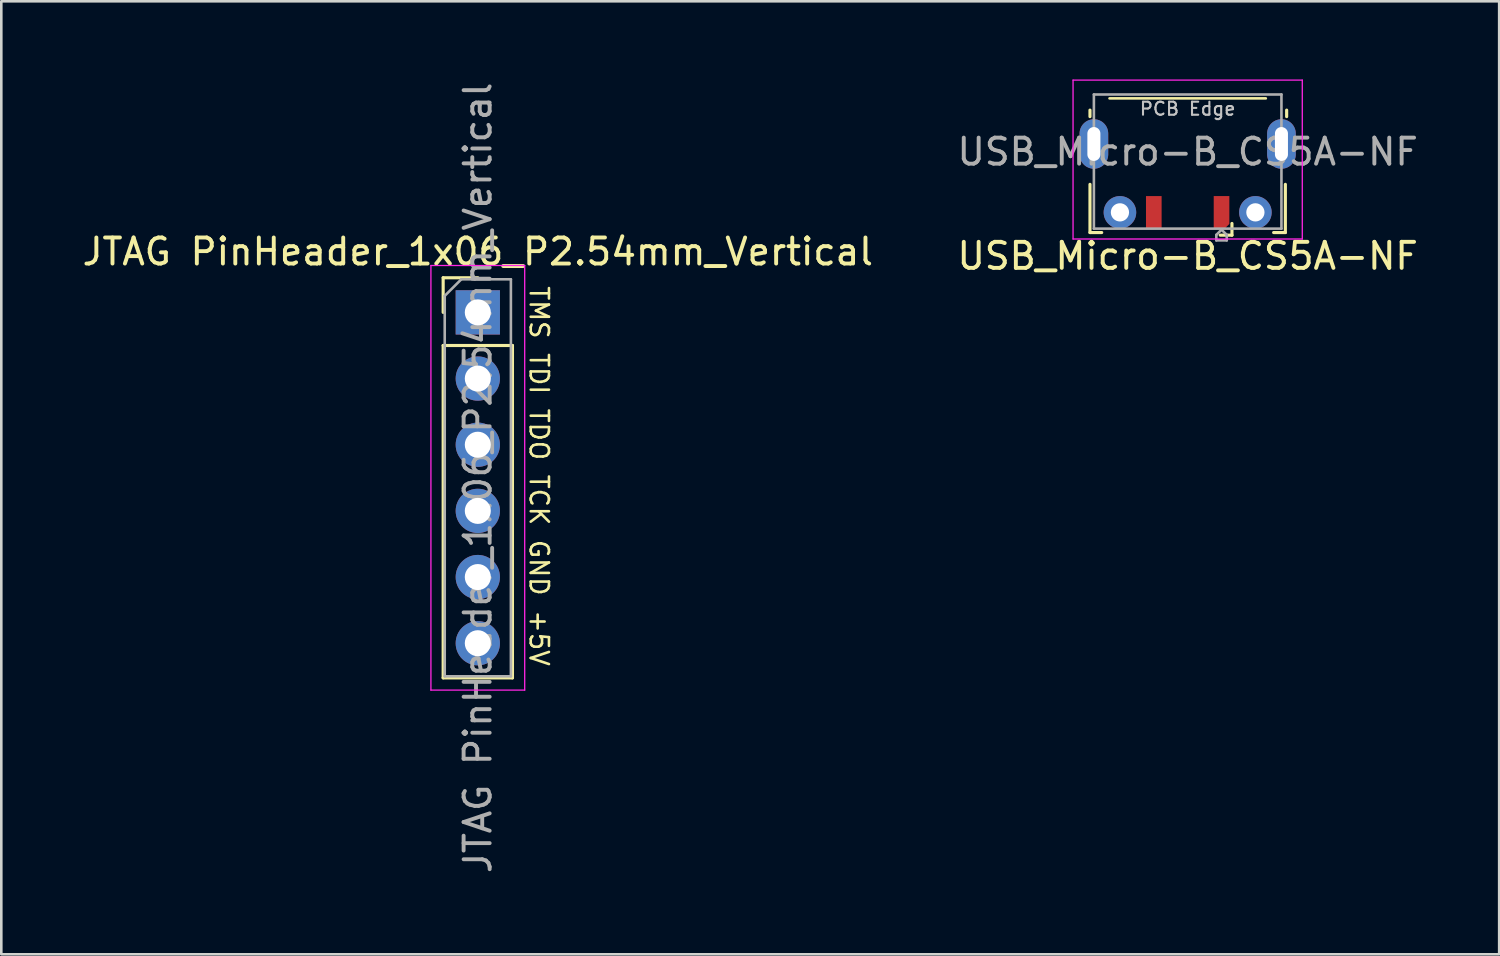
<source format=kicad_pcb>
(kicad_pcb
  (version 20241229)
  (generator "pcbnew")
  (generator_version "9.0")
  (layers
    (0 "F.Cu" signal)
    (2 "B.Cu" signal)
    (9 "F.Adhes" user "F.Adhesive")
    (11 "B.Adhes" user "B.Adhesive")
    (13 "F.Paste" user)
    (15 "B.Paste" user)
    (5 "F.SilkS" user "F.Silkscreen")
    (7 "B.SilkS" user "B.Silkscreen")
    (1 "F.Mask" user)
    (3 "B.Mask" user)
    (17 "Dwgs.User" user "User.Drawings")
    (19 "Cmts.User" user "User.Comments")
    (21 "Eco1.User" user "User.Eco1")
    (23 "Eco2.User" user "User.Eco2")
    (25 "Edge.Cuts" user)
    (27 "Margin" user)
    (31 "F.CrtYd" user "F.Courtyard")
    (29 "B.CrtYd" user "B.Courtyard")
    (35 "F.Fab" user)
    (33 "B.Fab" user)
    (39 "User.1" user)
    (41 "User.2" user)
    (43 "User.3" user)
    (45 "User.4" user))
  (footprint "JTAG PinHeader_1x06_P2.54mm_Vertical"
    (layer "F.Cu")
    (at 15.292 8.942)
    (property "Reference" "JTAG PinHeader_1x06_P2.54mm_Vertical" (at 0 -2.33 180) (layer "F.SilkS") (effects (font (size 1 1) (thickness 0.15))))
    (attr through_hole)
    (fp_line (start -1.33 -1.33) (end 0 -1.33) (stroke (width 0.12) (type solid)) (layer "F.SilkS"))
    (fp_line (start -1.33 0) (end -1.33 -1.33) (stroke (width 0.12) (type solid)) (layer "F.SilkS"))
    (fp_line (start -1.33 1.27) (end -1.33 14.03) (stroke (width 0.12) (type solid)) (layer "F.SilkS"))
    (fp_line (start -1.33 1.27) (end 1.33 1.27) (stroke (width 0.12) (type solid)) (layer "F.SilkS"))
    (fp_line (start -1.33 14.03) (end 1.33 14.03) (stroke (width 0.12) (type solid)) (layer "F.SilkS"))
    (fp_line (start 1.33 1.27) (end 1.33 14.03) (stroke (width 0.12) (type solid)) (layer "F.SilkS"))
    (fp_line (start -1.8 -1.8) (end -1.8 14.5) (stroke (width 0.05) (type solid)) (layer "F.CrtYd"))
    (fp_line (start -1.8 14.5) (end 1.8 14.5) (stroke (width 0.05) (type solid)) (layer "F.CrtYd"))
    (fp_line (start 1.8 -1.8) (end -1.8 -1.8) (stroke (width 0.05) (type solid)) (layer "F.CrtYd"))
    (fp_line (start 1.8 14.5) (end 1.8 -1.8) (stroke (width 0.05) (type solid)) (layer "F.CrtYd"))
    (fp_line (start -1.27 -0.635) (end -0.635 -1.27) (stroke (width 0.1) (type solid)) (layer "F.Fab"))
    (fp_line (start -1.27 13.97) (end -1.27 -0.635) (stroke (width 0.1) (type solid)) (layer "F.Fab"))
    (fp_line (start -0.635 -1.27) (end 1.27 -1.27) (stroke (width 0.1) (type solid)) (layer "F.Fab"))
    (fp_line (start 1.27 -1.27) (end 1.27 13.97) (stroke (width 0.1) (type solid)) (layer "F.Fab"))
    (fp_line (start 1.27 13.97) (end -1.27 13.97) (stroke (width 0.1) (type solid)) (layer "F.Fab"))
    (fp_text user "GND" (at 2.35 9.8 270) (unlocked yes) (layer "F.SilkS") (effects (font (size 0.7 0.7) (thickness 0.1))))
    (fp_text user "TDO" (at 2.35 4.683 270) (unlocked yes) (layer "F.SilkS") (effects (font (size 0.7 0.7) (thickness 0.1))))
    (fp_text user "TMS" (at 2.35 0 270) (unlocked yes) (layer "F.SilkS") (effects (font (size 0.7 0.7) (thickness 0.1))))
    (fp_text user "+5V" (at 2.35 12.5 270) (unlocked yes) (layer "F.SilkS") (effects (font (size 0.7 0.7) (thickness 0.1))))
    (fp_text user "TDI" (at 2.35 2.35 270) (unlocked yes) (layer "F.SilkS") (effects (font (size 0.7 0.7) (thickness 0.1))))
    (fp_text user "TCK" (at 2.35 7.2 270) (unlocked yes) (layer "F.SilkS") (effects (font (size 0.7 0.7) (thickness 0.1))))
    (fp_text user "${REFERENCE}" (at 0 6.35 270) (layer "F.Fab") (effects (font (size 1 1) (thickness 0.15))))
    (pad "1" thru_hole rect (at 0 0) (size 1.7 1.7) (drill 1) (layers "*.Cu" "*.Mask"))
    (pad "2" thru_hole oval (at 0 2.54) (size 1.7 1.7) (drill 1) (layers "*.Cu" "*.Mask"))
    (pad "3" thru_hole oval (at 0 5.08) (size 1.7 1.7) (drill 1) (layers "*.Cu" "*.Mask"))
    (pad "4" thru_hole oval (at 0 7.62) (size 1.7 1.7) (drill 1) (layers "*.Cu" "*.Mask"))
    (pad "5" thru_hole oval (at 0 10.16) (size 1.7 1.7) (drill 1) (layers "*.Cu" "*.Mask"))
    (pad "6" thru_hole oval (at 0 12.7) (size 1.7 1.7) (drill 1) (layers "*.Cu" "*.Mask")))
  (footprint "USB_Micro-B_CS5A-NF"
    (layer "F.Cu")
    (at 42.542 2.727)
    (property "Reference" "USB_Micro-B_CS5A-NF" (at 0 4.051 180) (layer "F.SilkS") (effects (font (size 1 1) (thickness 0.15))))
    (attr smd)
    (fp_line (start -3.75 -1.55) (end -3.75 -1.3) (stroke (width 0.12) (type solid)) (layer "F.SilkS"))
    (fp_line (start -3.75 1.3) (end -3.75 3.15) (stroke (width 0.12) (type solid)) (layer "F.SilkS"))
    (fp_line (start -3.75 3.15) (end -3.3 3.15) (stroke (width 0.12) (type solid)) (layer "F.SilkS"))
    (fp_line (start 1.7 3.251) (end 1.25 3.251) (stroke (width 0.12) (type solid)) (layer "F.SilkS"))
    (fp_line (start 1.7 3.251) (end 1.7 2.801) (stroke (width 0.12) (type solid)) (layer "F.SilkS"))
    (fp_line (start 3 -2) (end -3 -2) (stroke (width 0.1) (type solid)) (layer "F.SilkS"))
    (fp_line (start 3.75 1.3) (end 3.75 3.15) (stroke (width 0.12) (type solid)) (layer "F.SilkS"))
    (fp_line (start 3.75 3.15) (end 3.3 3.15) (stroke (width 0.12) (type solid)) (layer "F.SilkS"))
    (fp_line (start 3.8 -1.55) (end 3.8 -1.3) (stroke (width 0.12) (type solid)) (layer "F.SilkS"))
    (fp_line (start -4.4 3.398) (end -4.4 -2.702) (stroke (width 0.05) (type solid)) (layer "F.CrtYd"))
    (fp_line (start 4.4 -2.702) (end -4.4 -2.702) (stroke (width 0.05) (type solid)) (layer "F.CrtYd"))
    (fp_line (start 4.4 -2.702) (end 4.4 3.398) (stroke (width 0.05) (type solid)) (layer "F.CrtYd"))
    (fp_line (start 4.4 3.398) (end -4.4 3.398) (stroke (width 0.05) (type solid)) (layer "F.CrtYd"))
    (fp_line (start -3.6 -2.15) (end 3.6 -2.15) (stroke (width 0.1) (type solid)) (layer "F.Fab"))
    (fp_line (start -3.6 3) (end -3.6 -2.15) (stroke (width 0.1) (type solid)) (layer "F.Fab"))
    (fp_line (start -3.6 3) (end 3.6 3) (stroke (width 0.1) (type solid)) (layer "F.Fab"))
    (fp_line (start 1.1 3.24) (end 1.3 3.04) (stroke (width 0.1) (type solid)) (layer "F.Fab"))
    (fp_line (start 1.1 3.45) (end 1.1 3.24) (stroke (width 0.1) (type solid)) (layer "F.Fab"))
    (fp_line (start 1.3 3.04) (end 1.5 3.24) (stroke (width 0.1) (type solid)) (layer "F.Fab"))
    (fp_line (start 1.5 3.45) (end 1.1 3.45) (stroke (width 0.1) (type solid)) (layer "F.Fab"))
    (fp_line (start 1.5 3.45) (end 1.5 3.24) (stroke (width 0.1) (type solid)) (layer "F.Fab"))
    (fp_line (start 3.6 3) (end 3.6 -2.15) (stroke (width 0.1) (type solid)) (layer "F.Fab"))
    (fp_text user "PCB Edge" (at 0 -1.6 180) (layer "Dwgs.User") (effects (font (size 0.5 0.5) (thickness 0.08))))
    (fp_text user "${REFERENCE}" (at 0 0.051 180) (layer "F.Fab") (effects (font (size 1 1) (thickness 0.15))))
    (pad "1" smd roundrect (at 1.3 2.375 180) (size 0.6 1.25) (layers "F.Cu" "F.Mask" "F.Paste") (roundrect_rratio 0) (chamfer_ratio 0.3) (chamfer top_left))
    (pad "5" smd rect (at -1.3 2.375 180) (size 0.6 1.25) (layers "F.Cu" "F.Mask" "F.Paste"))
    (pad "6" thru_hole oval (at -3.6 -0.25 180) (size 1.1 1.9) (drill oval 0.5 1.3) (layers "*.Cu" "*.Mask"))
    (pad "6" thru_hole circle (at -2.6 2.375 180) (size 1.25 1.25) (drill 0.7) (layers "*.Cu" "*.Mask"))
    (pad "6" thru_hole circle (at 2.6 2.375 180) (size 1.25 1.25) (drill 0.7) (layers "*.Cu" "*.Mask"))
    (pad "6" thru_hole oval (at 3.6 -0.25 180) (size 1.1 1.9) (drill oval 0.5 1.3) (layers "*.Cu" "*.Mask")))
  (gr_rect
    (start -3 -3)
    (end 54.5 33.583)
    (stroke (width 0.1) (type default))
    (fill no)
    (layer "Edge.Cuts")))
</source>
